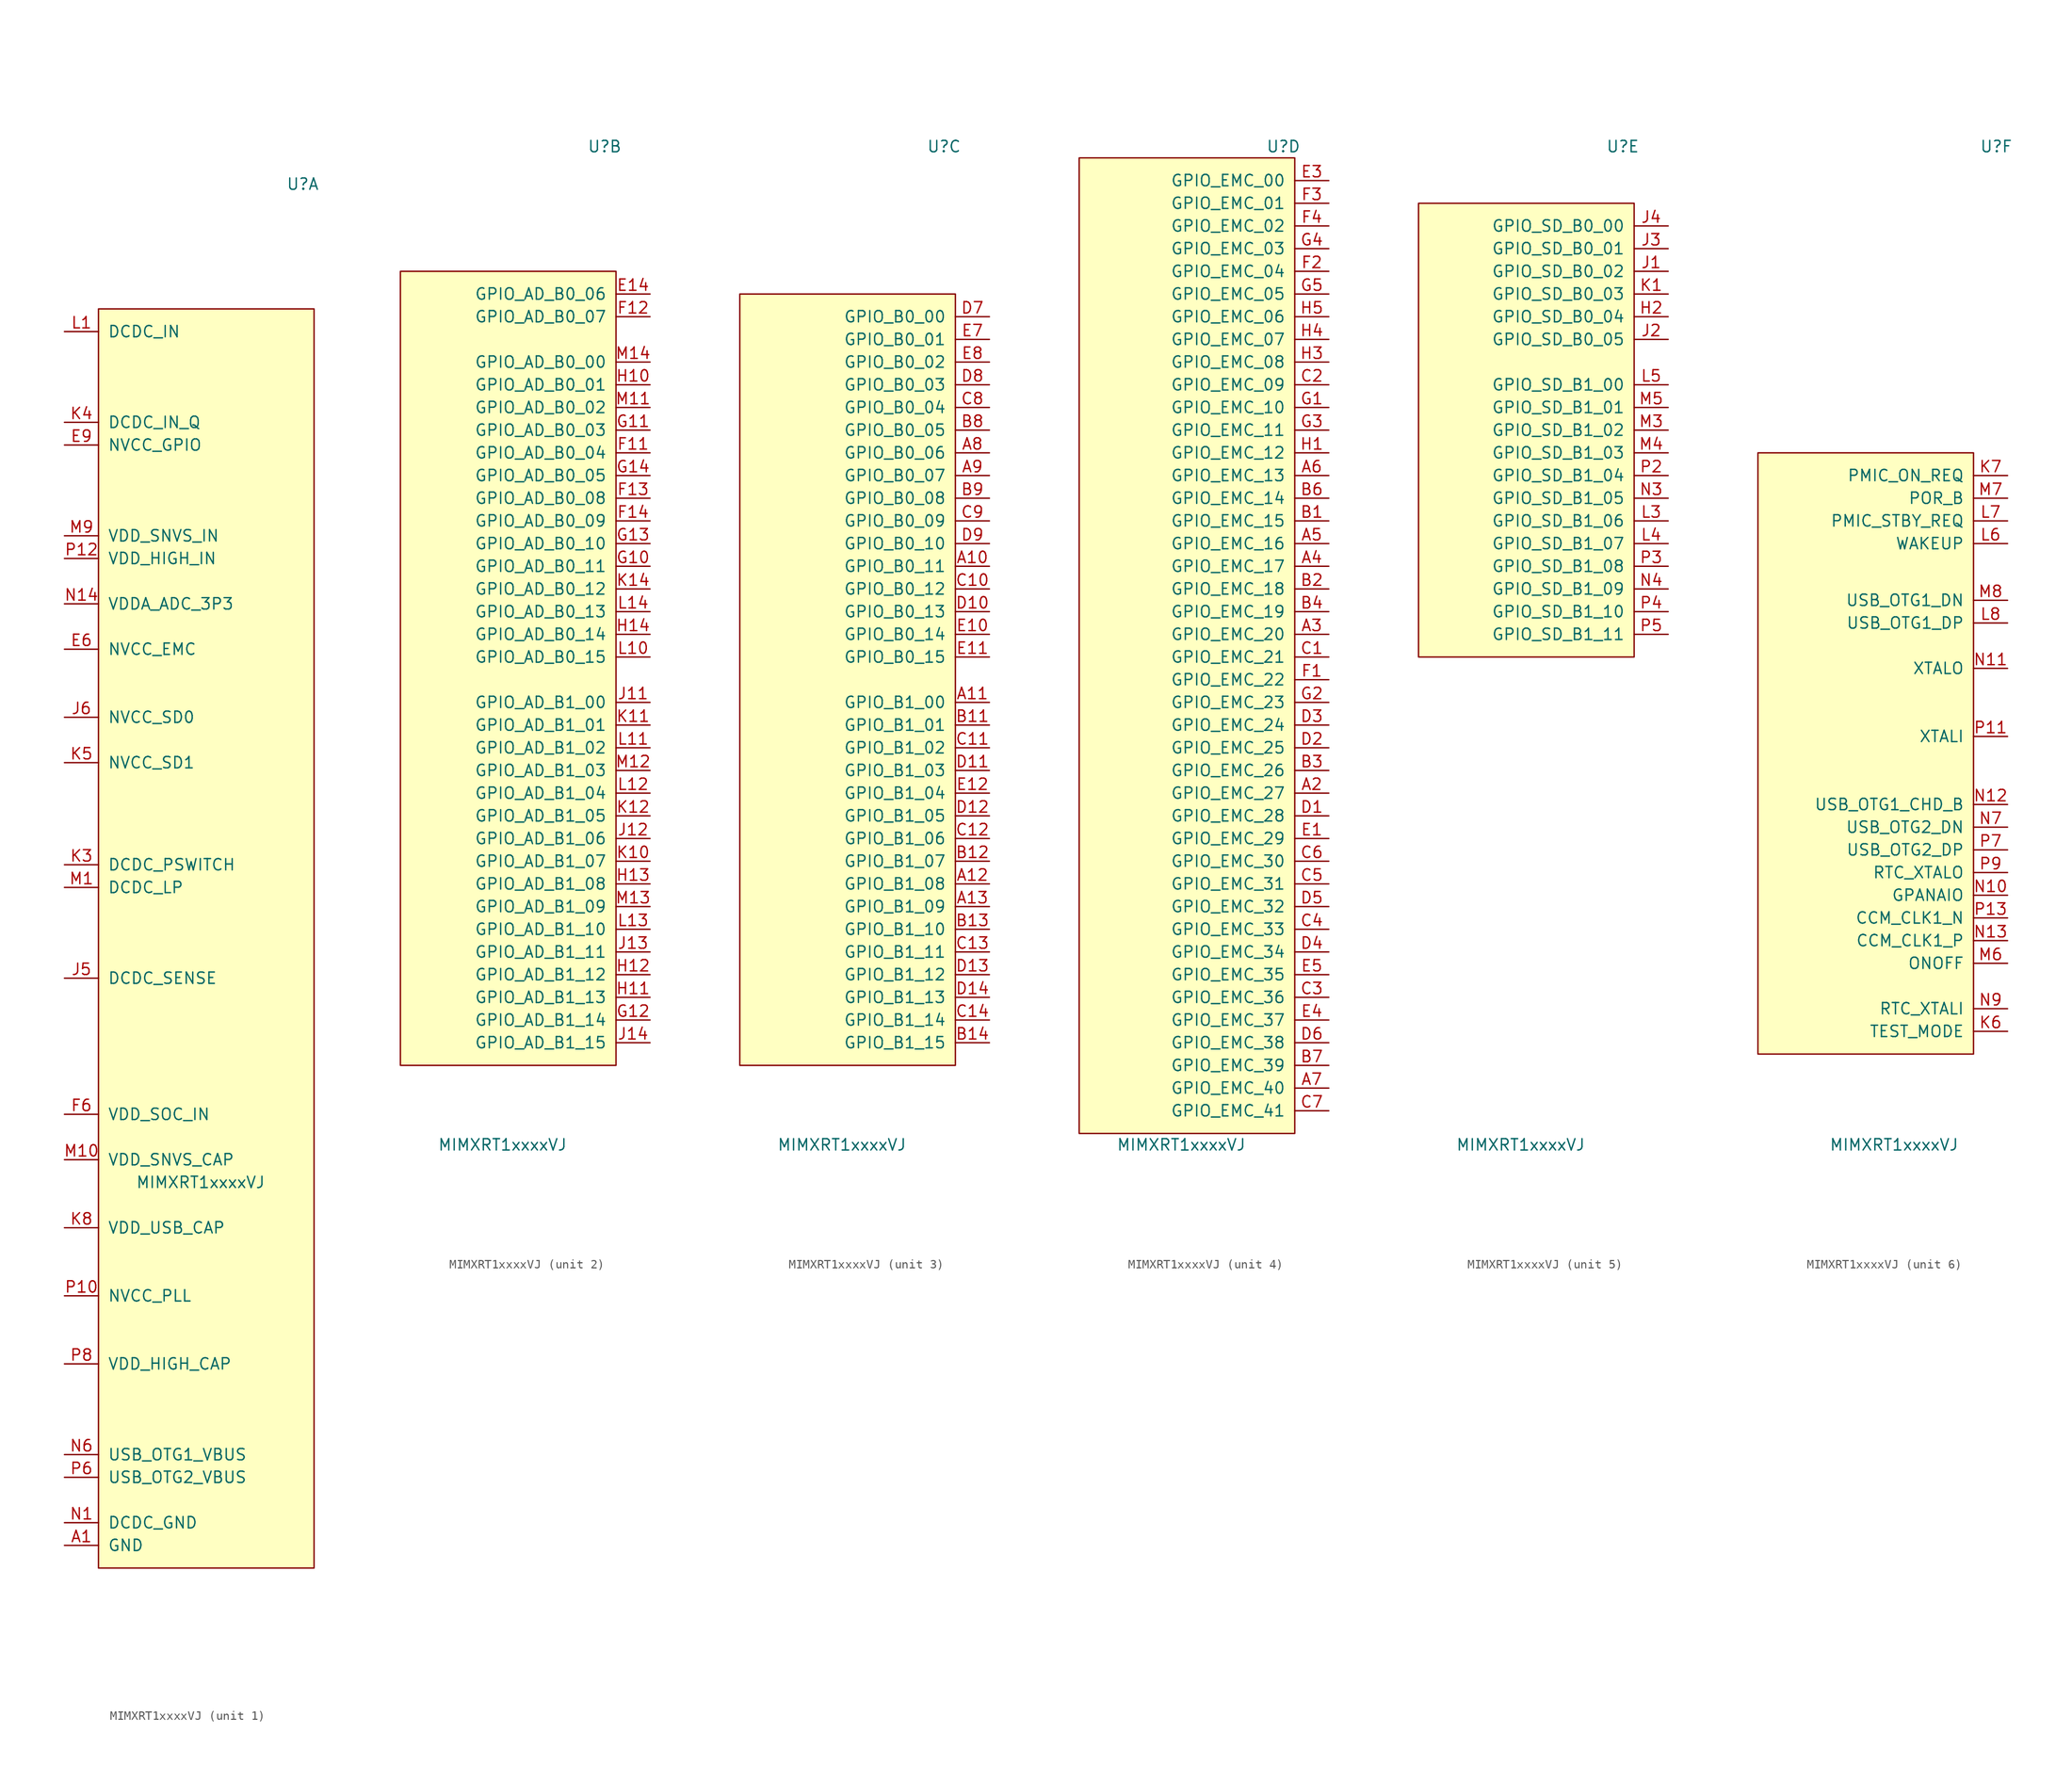
<source format=kicad_sym>
(kicad_symbol_lib
  (version 20231120)
  (generator "kicad_symbol_editor")
  (generator_version "8.99")
  (symbol "MIMXRT1xxxxVJ"
    (pin_names
      (offset 1.016))
    (property "Reference" "U"
      (at 11.43 59.69 0)
      (effects (font (size 1.27 1.27))))
    (property "Value" "MIMXRT1xxxxVJ"
      (at 0 -52.07 0)
      (effects (font (size 1.27 1.27))))
    (property "ki_locked" ""
      (at 0 0 0)
      (effects (font (size 1.27 1.27))))
    (symbol "MIMXRT1xxxxVJ_1_1"
      (rectangle (start -11.43 45.72) (end 12.7 -95.25) (stroke (width 0) (type solid)) (fill (type background)))
      (pin power_in line (at -15.24 -92.71 0) (length 3.81) (name "GND" (effects (font (size 1.27 1.27)))) (number "A1" (effects (font (size 1.27 1.27)))))
      (pin passive line (at -15.24 -92.71 0) (length 3.81) hide (name "GND" (effects (font (size 1.27 1.27)))) (number "A14" (effects (font (size 1.27 1.27)))))
      (pin passive line (at -15.24 -92.71 0) (length 3.81) hide (name "GND" (effects (font (size 1.27 1.27)))) (number "B10" (effects (font (size 1.27 1.27)))))
      (pin passive line (at -15.24 -92.71 0) (length 3.81) hide (name "GND" (effects (font (size 1.27 1.27)))) (number "B5" (effects (font (size 1.27 1.27)))))
      (pin passive line (at -15.24 -92.71 0) (length 3.81) hide (name "GND" (effects (font (size 1.27 1.27)))) (number "E13" (effects (font (size 1.27 1.27)))))
      (pin passive line (at -15.24 -92.71 0) (length 3.81) hide (name "GND" (effects (font (size 1.27 1.27)))) (number "E2" (effects (font (size 1.27 1.27)))))
      (pin power_in line (at -15.24 7.62 0) (length 3.81) (name "NVCC_EMC" (effects (font (size 1.27 1.27)))) (number "E6" (effects (font (size 1.27 1.27)))))
      (pin power_in line (at -15.24 30.48 0) (length 3.81) (name "NVCC_GPIO" (effects (font (size 1.27 1.27)))) (number "E9" (effects (font (size 1.27 1.27)))))
      (pin passive line (at -15.24 30.48 0) (length 3.81) hide (name "NVCC_GPIO" (effects (font (size 1.27 1.27)))) (number "F10" (effects (font (size 1.27 1.27)))))
      (pin passive line (at -15.24 7.62 0) (length 3.81) hide (name "NVCC_EMC" (effects (font (size 1.27 1.27)))) (number "F5" (effects (font (size 1.27 1.27)))))
      (pin input line (at -15.24 -44.45 0) (length 3.81) (name "VDD_SOC_IN" (effects (font (size 1.27 1.27)))) (number "F6" (effects (font (size 1.27 1.27)))))
      (pin passive line (at -15.24 -44.45 0) (length 3.81) hide (name "VDD_SOC_IN" (effects (font (size 1.27 1.27)))) (number "F7" (effects (font (size 1.27 1.27)))))
      (pin passive line (at -15.24 -44.45 0) (length 3.81) hide (name "VDD_SOC_IN" (effects (font (size 1.27 1.27)))) (number "F8" (effects (font (size 1.27 1.27)))))
      (pin passive line (at -15.24 -44.45 0) (length 3.81) hide (name "VDD_SOC_IN" (effects (font (size 1.27 1.27)))) (number "F9" (effects (font (size 1.27 1.27)))))
      (pin passive line (at -15.24 -44.45 0) (length 3.81) hide (name "VDD_SOC_IN" (effects (font (size 1.27 1.27)))) (number "G6" (effects (font (size 1.27 1.27)))))
      (pin passive line (at -15.24 -92.71 0) (length 3.81) hide (name "GND" (effects (font (size 1.27 1.27)))) (number "G7" (effects (font (size 1.27 1.27)))))
      (pin passive line (at -15.24 -92.71 0) (length 3.81) hide (name "GND" (effects (font (size 1.27 1.27)))) (number "G8" (effects (font (size 1.27 1.27)))))
      (pin passive line (at -15.24 -44.45 0) (length 3.81) hide (name "VDD_SOC_IN" (effects (font (size 1.27 1.27)))) (number "G9" (effects (font (size 1.27 1.27)))))
      (pin passive line (at -15.24 -44.45 0) (length 3.81) hide (name "VDD_SOC_IN" (effects (font (size 1.27 1.27)))) (number "H6" (effects (font (size 1.27 1.27)))))
      (pin passive line (at -15.24 -92.71 0) (length 3.81) hide (name "GND" (effects (font (size 1.27 1.27)))) (number "H7" (effects (font (size 1.27 1.27)))))
      (pin passive line (at -15.24 -92.71 0) (length 3.81) hide (name "GND" (effects (font (size 1.27 1.27)))) (number "H8" (effects (font (size 1.27 1.27)))))
      (pin passive line (at -15.24 -44.45 0) (length 3.81) hide (name "VDD_SOC_IN" (effects (font (size 1.27 1.27)))) (number "H9" (effects (font (size 1.27 1.27)))))
      (pin passive line (at -15.24 30.48 0) (length 3.81) hide (name "NVCC_GPIO" (effects (font (size 1.27 1.27)))) (number "J10" (effects (font (size 1.27 1.27)))))
      (pin input line (at -15.24 -29.21 0) (length 3.81) (name "DCDC_SENSE" (effects (font (size 1.27 1.27)))) (number "J5" (effects (font (size 1.27 1.27)))))
      (pin power_in line (at -15.24 0 0) (length 3.81) (name "NVCC_SD0" (effects (font (size 1.27 1.27)))) (number "J6" (effects (font (size 1.27 1.27)))))
      (pin passive line (at -15.24 -92.71 0) (length 3.81) hide (name "GND" (effects (font (size 1.27 1.27)))) (number "J7" (effects (font (size 1.27 1.27)))))
      (pin passive line (at -15.24 -92.71 0) (length 3.81) hide (name "GND" (effects (font (size 1.27 1.27)))) (number "J8" (effects (font (size 1.27 1.27)))))
      (pin passive line (at -15.24 -44.45 0) (length 3.81) hide (name "VDD_SOC_IN" (effects (font (size 1.27 1.27)))) (number "J9" (effects (font (size 1.27 1.27)))))
      (pin passive line (at -15.24 -92.71 0) (length 3.81) hide (name "GND" (effects (font (size 1.27 1.27)))) (number "K13" (effects (font (size 1.27 1.27)))))
      (pin passive line (at -15.24 -92.71 0) (length 3.81) hide (name "GND" (effects (font (size 1.27 1.27)))) (number "K2" (effects (font (size 1.27 1.27)))))
      (pin input line (at -15.24 -16.51 0) (length 3.81) (name "DCDC_PSWITCH" (effects (font (size 1.27 1.27)))) (number "K3" (effects (font (size 1.27 1.27)))))
      (pin power_in line (at -15.24 33.02 0) (length 3.81) (name "DCDC_IN_Q" (effects (font (size 1.27 1.27)))) (number "K4" (effects (font (size 1.27 1.27)))))
      (pin power_in line (at -15.24 -5.08 0) (length 3.81) (name "NVCC_SD1" (effects (font (size 1.27 1.27)))) (number "K5" (effects (font (size 1.27 1.27)))))
      (pin power_out line (at -15.24 -57.15 0) (length 3.81) (name "VDD_USB_CAP" (effects (font (size 1.27 1.27)))) (number "K8" (effects (font (size 1.27 1.27)))))
      (pin passive line (at -15.24 -92.71 0) (length 3.81) hide (name "NGND_KEL0" (effects (font (size 1.27 1.27)))) (number "K9" (effects (font (size 1.27 1.27)))))
      (pin power_in line (at -15.24 43.18 0) (length 3.81) (name "DCDC_IN" (effects (font (size 1.27 1.27)))) (number "L1" (effects (font (size 1.27 1.27)))))
      (pin passive line (at -15.24 43.18 0) (length 3.81) hide (name "DCDC_IN" (effects (font (size 1.27 1.27)))) (number "L2" (effects (font (size 1.27 1.27)))))
      (pin passive line (at -15.24 -92.71 0) (length 3.81) hide (name "GND" (effects (font (size 1.27 1.27)))) (number "L9" (effects (font (size 1.27 1.27)))))
      (pin power_out line (at -15.24 -19.05 0) (length 3.81) (name "DCDC_LP" (effects (font (size 1.27 1.27)))) (number "M1" (effects (font (size 1.27 1.27)))))
      (pin power_out line (at -15.24 -49.53 0) (length 3.81) (name "VDD_SNVS_CAP" (effects (font (size 1.27 1.27)))) (number "M10" (effects (font (size 1.27 1.27)))))
      (pin passive line (at -15.24 -19.05 0) (length 3.81) hide (name "DCDC_LP" (effects (font (size 1.27 1.27)))) (number "M2" (effects (font (size 1.27 1.27)))))
      (pin power_in line (at -15.24 20.32 0) (length 3.81) (name "VDD_SNVS_IN" (effects (font (size 1.27 1.27)))) (number "M9" (effects (font (size 1.27 1.27)))))
      (pin power_in line (at -15.24 -90.17 0) (length 3.81) (name "DCDC_GND" (effects (font (size 1.27 1.27)))) (number "N1" (effects (font (size 1.27 1.27)))))
      (pin power_in line (at -15.24 12.7 0) (length 3.81) (name "VDDA_ADC_3P3" (effects (font (size 1.27 1.27)))) (number "N14" (effects (font (size 1.27 1.27)))))
      (pin passive line (at -15.24 -90.17 0) (length 3.81) hide (name "DCDC_GND" (effects (font (size 1.27 1.27)))) (number "N2" (effects (font (size 1.27 1.27)))))
      (pin passive line (at -15.24 -92.71 0) (length 3.81) hide (name "GND" (effects (font (size 1.27 1.27)))) (number "N5" (effects (font (size 1.27 1.27)))))
      (pin bidirectional line (at -15.24 -82.55 0) (length 3.81) (name "USB_OTG1_VBUS" (effects (font (size 1.27 1.27)))) (number "N6" (effects (font (size 1.27 1.27)))))
      (pin passive line (at -15.24 -92.71 0) (length 3.81) hide (name "GND" (effects (font (size 1.27 1.27)))) (number "N8" (effects (font (size 1.27 1.27)))))
      (pin passive line (at -15.24 -92.71 0) (length 3.81) hide (name "GND" (effects (font (size 1.27 1.27)))) (number "P1" (effects (font (size 1.27 1.27)))))
      (pin power_out line (at -15.24 -64.77 0) (length 3.81) (name "NVCC_PLL" (effects (font (size 1.27 1.27)))) (number "P10" (effects (font (size 1.27 1.27)))))
      (pin power_in line (at -15.24 17.78 0) (length 3.81) (name "VDD_HIGH_IN" (effects (font (size 1.27 1.27)))) (number "P12" (effects (font (size 1.27 1.27)))))
      (pin passive line (at -15.24 -92.71 0) (length 3.81) hide (name "GND" (effects (font (size 1.27 1.27)))) (number "P14" (effects (font (size 1.27 1.27)))))
      (pin bidirectional line (at -15.24 -85.09 0) (length 3.81) (name "USB_OTG2_VBUS" (effects (font (size 1.27 1.27)))) (number "P6" (effects (font (size 1.27 1.27)))))
      (pin power_out line (at -15.24 -72.39 0) (length 3.81) (name "VDD_HIGH_CAP" (effects (font (size 1.27 1.27)))) (number "P8" (effects (font (size 1.27 1.27))))))
    (symbol "MIMXRT1xxxxVJ_2_1"
      (rectangle (start -11.43 45.72) (end 12.7 -43.18) (stroke (width 0) (type solid)) (fill (type background)))
      (pin bidirectional line (at 16.51 43.18 180) (length 3.81) (name "GPIO_AD_B0_06" (effects (font (size 1.27 1.27)))) (number "E14" (effects (font (size 1.27 1.27)))))
      (pin bidirectional line (at 16.51 25.4 180) (length 3.81) (name "GPIO_AD_B0_04" (effects (font (size 1.27 1.27)))) (number "F11" (effects (font (size 1.27 1.27)))))
      (pin bidirectional line (at 16.51 40.64 180) (length 3.81) (name "GPIO_AD_B0_07" (effects (font (size 1.27 1.27)))) (number "F12" (effects (font (size 1.27 1.27)))))
      (pin bidirectional line (at 16.51 20.32 180) (length 3.81) (name "GPIO_AD_B0_08" (effects (font (size 1.27 1.27)))) (number "F13" (effects (font (size 1.27 1.27)))))
      (pin bidirectional line (at 16.51 17.78 180) (length 3.81) (name "GPIO_AD_B0_09" (effects (font (size 1.27 1.27)))) (number "F14" (effects (font (size 1.27 1.27)))))
      (pin bidirectional line (at 16.51 12.7 180) (length 3.81) (name "GPIO_AD_B0_11" (effects (font (size 1.27 1.27)))) (number "G10" (effects (font (size 1.27 1.27)))))
      (pin bidirectional line (at 16.51 27.94 180) (length 3.81) (name "GPIO_AD_B0_03" (effects (font (size 1.27 1.27)))) (number "G11" (effects (font (size 1.27 1.27)))))
      (pin bidirectional line (at 16.51 -38.1 180) (length 3.81) (name "GPIO_AD_B1_14" (effects (font (size 1.27 1.27)))) (number "G12" (effects (font (size 1.27 1.27)))))
      (pin bidirectional line (at 16.51 15.24 180) (length 3.81) (name "GPIO_AD_B0_10" (effects (font (size 1.27 1.27)))) (number "G13" (effects (font (size 1.27 1.27)))))
      (pin bidirectional line (at 16.51 22.86 180) (length 3.81) (name "GPIO_AD_B0_05" (effects (font (size 1.27 1.27)))) (number "G14" (effects (font (size 1.27 1.27)))))
      (pin bidirectional line (at 16.51 33.02 180) (length 3.81) (name "GPIO_AD_B0_01" (effects (font (size 1.27 1.27)))) (number "H10" (effects (font (size 1.27 1.27)))))
      (pin bidirectional line (at 16.51 -35.56 180) (length 3.81) (name "GPIO_AD_B1_13" (effects (font (size 1.27 1.27)))) (number "H11" (effects (font (size 1.27 1.27)))))
      (pin bidirectional line (at 16.51 -33.02 180) (length 3.81) (name "GPIO_AD_B1_12" (effects (font (size 1.27 1.27)))) (number "H12" (effects (font (size 1.27 1.27)))))
      (pin bidirectional line (at 16.51 -22.86 180) (length 3.81) (name "GPIO_AD_B1_08" (effects (font (size 1.27 1.27)))) (number "H13" (effects (font (size 1.27 1.27)))))
      (pin bidirectional line (at 16.51 5.08 180) (length 3.81) (name "GPIO_AD_B0_14" (effects (font (size 1.27 1.27)))) (number "H14" (effects (font (size 1.27 1.27)))))
      (pin bidirectional line (at 16.51 -2.54 180) (length 3.81) (name "GPIO_AD_B1_00" (effects (font (size 1.27 1.27)))) (number "J11" (effects (font (size 1.27 1.27)))))
      (pin bidirectional line (at 16.51 -17.78 180) (length 3.81) (name "GPIO_AD_B1_06" (effects (font (size 1.27 1.27)))) (number "J12" (effects (font (size 1.27 1.27)))))
      (pin bidirectional line (at 16.51 -30.48 180) (length 3.81) (name "GPIO_AD_B1_11" (effects (font (size 1.27 1.27)))) (number "J13" (effects (font (size 1.27 1.27)))))
      (pin bidirectional line (at 16.51 -40.64 180) (length 3.81) (name "GPIO_AD_B1_15" (effects (font (size 1.27 1.27)))) (number "J14" (effects (font (size 1.27 1.27)))))
      (pin bidirectional line (at 16.51 -20.32 180) (length 3.81) (name "GPIO_AD_B1_07" (effects (font (size 1.27 1.27)))) (number "K10" (effects (font (size 1.27 1.27)))))
      (pin bidirectional line (at 16.51 -5.08 180) (length 3.81) (name "GPIO_AD_B1_01" (effects (font (size 1.27 1.27)))) (number "K11" (effects (font (size 1.27 1.27)))))
      (pin bidirectional line (at 16.51 -15.24 180) (length 3.81) (name "GPIO_AD_B1_05" (effects (font (size 1.27 1.27)))) (number "K12" (effects (font (size 1.27 1.27)))))
      (pin bidirectional line (at 16.51 10.16 180) (length 3.81) (name "GPIO_AD_B0_12" (effects (font (size 1.27 1.27)))) (number "K14" (effects (font (size 1.27 1.27)))))
      (pin bidirectional line (at 16.51 2.54 180) (length 3.81) (name "GPIO_AD_B0_15" (effects (font (size 1.27 1.27)))) (number "L10" (effects (font (size 1.27 1.27)))))
      (pin bidirectional line (at 16.51 -7.62 180) (length 3.81) (name "GPIO_AD_B1_02" (effects (font (size 1.27 1.27)))) (number "L11" (effects (font (size 1.27 1.27)))))
      (pin bidirectional line (at 16.51 -12.7 180) (length 3.81) (name "GPIO_AD_B1_04" (effects (font (size 1.27 1.27)))) (number "L12" (effects (font (size 1.27 1.27)))))
      (pin bidirectional line (at 16.51 -27.94 180) (length 3.81) (name "GPIO_AD_B1_10" (effects (font (size 1.27 1.27)))) (number "L13" (effects (font (size 1.27 1.27)))))
      (pin bidirectional line (at 16.51 7.62 180) (length 3.81) (name "GPIO_AD_B0_13" (effects (font (size 1.27 1.27)))) (number "L14" (effects (font (size 1.27 1.27)))))
      (pin bidirectional line (at 16.51 30.48 180) (length 3.81) (name "GPIO_AD_B0_02" (effects (font (size 1.27 1.27)))) (number "M11" (effects (font (size 1.27 1.27)))))
      (pin bidirectional line (at 16.51 -10.16 180) (length 3.81) (name "GPIO_AD_B1_03" (effects (font (size 1.27 1.27)))) (number "M12" (effects (font (size 1.27 1.27)))))
      (pin bidirectional line (at 16.51 -25.4 180) (length 3.81) (name "GPIO_AD_B1_09" (effects (font (size 1.27 1.27)))) (number "M13" (effects (font (size 1.27 1.27)))))
      (pin bidirectional line (at 16.51 35.56 180) (length 3.81) (name "GPIO_AD_B0_00" (effects (font (size 1.27 1.27)))) (number "M14" (effects (font (size 1.27 1.27))))))
    (symbol "MIMXRT1xxxxVJ_3_1"
      (rectangle (start -11.43 43.18) (end 12.7 -43.18) (stroke (width 0) (type solid)) (fill (type background)))
      (pin bidirectional line (at 16.51 12.7 180) (length 3.81) (name "GPIO_B0_11" (effects (font (size 1.27 1.27)))) (number "A10" (effects (font (size 1.27 1.27)))))
      (pin bidirectional line (at 16.51 -2.54 180) (length 3.81) (name "GPIO_B1_00" (effects (font (size 1.27 1.27)))) (number "A11" (effects (font (size 1.27 1.27)))))
      (pin bidirectional line (at 16.51 -22.86 180) (length 3.81) (name "GPIO_B1_08" (effects (font (size 1.27 1.27)))) (number "A12" (effects (font (size 1.27 1.27)))))
      (pin bidirectional line (at 16.51 -25.4 180) (length 3.81) (name "GPIO_B1_09" (effects (font (size 1.27 1.27)))) (number "A13" (effects (font (size 1.27 1.27)))))
      (pin bidirectional line (at 16.51 25.4 180) (length 3.81) (name "GPIO_B0_06" (effects (font (size 1.27 1.27)))) (number "A8" (effects (font (size 1.27 1.27)))))
      (pin bidirectional line (at 16.51 22.86 180) (length 3.81) (name "GPIO_B0_07" (effects (font (size 1.27 1.27)))) (number "A9" (effects (font (size 1.27 1.27)))))
      (pin bidirectional line (at 16.51 -5.08 180) (length 3.81) (name "GPIO_B1_01" (effects (font (size 1.27 1.27)))) (number "B11" (effects (font (size 1.27 1.27)))))
      (pin bidirectional line (at 16.51 -20.32 180) (length 3.81) (name "GPIO_B1_07" (effects (font (size 1.27 1.27)))) (number "B12" (effects (font (size 1.27 1.27)))))
      (pin bidirectional line (at 16.51 -27.94 180) (length 3.81) (name "GPIO_B1_10" (effects (font (size 1.27 1.27)))) (number "B13" (effects (font (size 1.27 1.27)))))
      (pin bidirectional line (at 16.51 -40.64 180) (length 3.81) (name "GPIO_B1_15" (effects (font (size 1.27 1.27)))) (number "B14" (effects (font (size 1.27 1.27)))))
      (pin bidirectional line (at 16.51 27.94 180) (length 3.81) (name "GPIO_B0_05" (effects (font (size 1.27 1.27)))) (number "B8" (effects (font (size 1.27 1.27)))))
      (pin bidirectional line (at 16.51 20.32 180) (length 3.81) (name "GPIO_B0_08" (effects (font (size 1.27 1.27)))) (number "B9" (effects (font (size 1.27 1.27)))))
      (pin bidirectional line (at 16.51 10.16 180) (length 3.81) (name "GPIO_B0_12" (effects (font (size 1.27 1.27)))) (number "C10" (effects (font (size 1.27 1.27)))))
      (pin bidirectional line (at 16.51 -7.62 180) (length 3.81) (name "GPIO_B1_02" (effects (font (size 1.27 1.27)))) (number "C11" (effects (font (size 1.27 1.27)))))
      (pin bidirectional line (at 16.51 -17.78 180) (length 3.81) (name "GPIO_B1_06" (effects (font (size 1.27 1.27)))) (number "C12" (effects (font (size 1.27 1.27)))))
      (pin bidirectional line (at 16.51 -30.48 180) (length 3.81) (name "GPIO_B1_11" (effects (font (size 1.27 1.27)))) (number "C13" (effects (font (size 1.27 1.27)))))
      (pin bidirectional line (at 16.51 -38.1 180) (length 3.81) (name "GPIO_B1_14" (effects (font (size 1.27 1.27)))) (number "C14" (effects (font (size 1.27 1.27)))))
      (pin bidirectional line (at 16.51 30.48 180) (length 3.81) (name "GPIO_B0_04" (effects (font (size 1.27 1.27)))) (number "C8" (effects (font (size 1.27 1.27)))))
      (pin bidirectional line (at 16.51 17.78 180) (length 3.81) (name "GPIO_B0_09" (effects (font (size 1.27 1.27)))) (number "C9" (effects (font (size 1.27 1.27)))))
      (pin bidirectional line (at 16.51 7.62 180) (length 3.81) (name "GPIO_B0_13" (effects (font (size 1.27 1.27)))) (number "D10" (effects (font (size 1.27 1.27)))))
      (pin bidirectional line (at 16.51 -10.16 180) (length 3.81) (name "GPIO_B1_03" (effects (font (size 1.27 1.27)))) (number "D11" (effects (font (size 1.27 1.27)))))
      (pin bidirectional line (at 16.51 -15.24 180) (length 3.81) (name "GPIO_B1_05" (effects (font (size 1.27 1.27)))) (number "D12" (effects (font (size 1.27 1.27)))))
      (pin bidirectional line (at 16.51 -33.02 180) (length 3.81) (name "GPIO_B1_12" (effects (font (size 1.27 1.27)))) (number "D13" (effects (font (size 1.27 1.27)))))
      (pin bidirectional line (at 16.51 -35.56 180) (length 3.81) (name "GPIO_B1_13" (effects (font (size 1.27 1.27)))) (number "D14" (effects (font (size 1.27 1.27)))))
      (pin bidirectional line (at 16.51 40.64 180) (length 3.81) (name "GPIO_B0_00" (effects (font (size 1.27 1.27)))) (number "D7" (effects (font (size 1.27 1.27)))))
      (pin bidirectional line (at 16.51 33.02 180) (length 3.81) (name "GPIO_B0_03" (effects (font (size 1.27 1.27)))) (number "D8" (effects (font (size 1.27 1.27)))))
      (pin bidirectional line (at 16.51 15.24 180) (length 3.81) (name "GPIO_B0_10" (effects (font (size 1.27 1.27)))) (number "D9" (effects (font (size 1.27 1.27)))))
      (pin bidirectional line (at 16.51 5.08 180) (length 3.81) (name "GPIO_B0_14" (effects (font (size 1.27 1.27)))) (number "E10" (effects (font (size 1.27 1.27)))))
      (pin bidirectional line (at 16.51 2.54 180) (length 3.81) (name "GPIO_B0_15" (effects (font (size 1.27 1.27)))) (number "E11" (effects (font (size 1.27 1.27)))))
      (pin bidirectional line (at 16.51 -12.7 180) (length 3.81) (name "GPIO_B1_04" (effects (font (size 1.27 1.27)))) (number "E12" (effects (font (size 1.27 1.27)))))
      (pin bidirectional line (at 16.51 38.1 180) (length 3.81) (name "GPIO_B0_01" (effects (font (size 1.27 1.27)))) (number "E7" (effects (font (size 1.27 1.27)))))
      (pin bidirectional line (at 16.51 35.56 180) (length 3.81) (name "GPIO_B0_02" (effects (font (size 1.27 1.27)))) (number "E8" (effects (font (size 1.27 1.27))))))
    (symbol "MIMXRT1xxxxVJ_4_1"
      (rectangle (start -11.43 58.42) (end 12.7 -50.8) (stroke (width 0) (type solid)) (fill (type background)))
      (pin bidirectional line (at 16.51 -12.7 180) (length 3.81) (name "GPIO_EMC_27" (effects (font (size 1.27 1.27)))) (number "A2" (effects (font (size 1.27 1.27)))))
      (pin bidirectional line (at 16.51 5.08 180) (length 3.81) (name "GPIO_EMC_20" (effects (font (size 1.27 1.27)))) (number "A3" (effects (font (size 1.27 1.27)))))
      (pin bidirectional line (at 16.51 12.7 180) (length 3.81) (name "GPIO_EMC_17" (effects (font (size 1.27 1.27)))) (number "A4" (effects (font (size 1.27 1.27)))))
      (pin bidirectional line (at 16.51 15.24 180) (length 3.81) (name "GPIO_EMC_16" (effects (font (size 1.27 1.27)))) (number "A5" (effects (font (size 1.27 1.27)))))
      (pin bidirectional line (at 16.51 22.86 180) (length 3.81) (name "GPIO_EMC_13" (effects (font (size 1.27 1.27)))) (number "A6" (effects (font (size 1.27 1.27)))))
      (pin bidirectional line (at 16.51 -45.72 180) (length 3.81) (name "GPIO_EMC_40" (effects (font (size 1.27 1.27)))) (number "A7" (effects (font (size 1.27 1.27)))))
      (pin bidirectional line (at 16.51 17.78 180) (length 3.81) (name "GPIO_EMC_15" (effects (font (size 1.27 1.27)))) (number "B1" (effects (font (size 1.27 1.27)))))
      (pin bidirectional line (at 16.51 10.16 180) (length 3.81) (name "GPIO_EMC_18" (effects (font (size 1.27 1.27)))) (number "B2" (effects (font (size 1.27 1.27)))))
      (pin bidirectional line (at 16.51 -10.16 180) (length 3.81) (name "GPIO_EMC_26" (effects (font (size 1.27 1.27)))) (number "B3" (effects (font (size 1.27 1.27)))))
      (pin bidirectional line (at 16.51 7.62 180) (length 3.81) (name "GPIO_EMC_19" (effects (font (size 1.27 1.27)))) (number "B4" (effects (font (size 1.27 1.27)))))
      (pin bidirectional line (at 16.51 20.32 180) (length 3.81) (name "GPIO_EMC_14" (effects (font (size 1.27 1.27)))) (number "B6" (effects (font (size 1.27 1.27)))))
      (pin bidirectional line (at 16.51 -43.18 180) (length 3.81) (name "GPIO_EMC_39" (effects (font (size 1.27 1.27)))) (number "B7" (effects (font (size 1.27 1.27)))))
      (pin bidirectional line (at 16.51 2.54 180) (length 3.81) (name "GPIO_EMC_21" (effects (font (size 1.27 1.27)))) (number "C1" (effects (font (size 1.27 1.27)))))
      (pin bidirectional line (at 16.51 33.02 180) (length 3.81) (name "GPIO_EMC_09" (effects (font (size 1.27 1.27)))) (number "C2" (effects (font (size 1.27 1.27)))))
      (pin bidirectional line (at 16.51 -35.56 180) (length 3.81) (name "GPIO_EMC_36" (effects (font (size 1.27 1.27)))) (number "C3" (effects (font (size 1.27 1.27)))))
      (pin bidirectional line (at 16.51 -27.94 180) (length 3.81) (name "GPIO_EMC_33" (effects (font (size 1.27 1.27)))) (number "C4" (effects (font (size 1.27 1.27)))))
      (pin bidirectional line (at 16.51 -22.86 180) (length 3.81) (name "GPIO_EMC_31" (effects (font (size 1.27 1.27)))) (number "C5" (effects (font (size 1.27 1.27)))))
      (pin bidirectional line (at 16.51 -20.32 180) (length 3.81) (name "GPIO_EMC_30" (effects (font (size 1.27 1.27)))) (number "C6" (effects (font (size 1.27 1.27)))))
      (pin bidirectional line (at 16.51 -48.26 180) (length 3.81) (name "GPIO_EMC_41" (effects (font (size 1.27 1.27)))) (number "C7" (effects (font (size 1.27 1.27)))))
      (pin bidirectional line (at 16.51 -15.24 180) (length 3.81) (name "GPIO_EMC_28" (effects (font (size 1.27 1.27)))) (number "D1" (effects (font (size 1.27 1.27)))))
      (pin bidirectional line (at 16.51 -7.62 180) (length 3.81) (name "GPIO_EMC_25" (effects (font (size 1.27 1.27)))) (number "D2" (effects (font (size 1.27 1.27)))))
      (pin bidirectional line (at 16.51 -5.08 180) (length 3.81) (name "GPIO_EMC_24" (effects (font (size 1.27 1.27)))) (number "D3" (effects (font (size 1.27 1.27)))))
      (pin bidirectional line (at 16.51 -30.48 180) (length 3.81) (name "GPIO_EMC_34" (effects (font (size 1.27 1.27)))) (number "D4" (effects (font (size 1.27 1.27)))))
      (pin bidirectional line (at 16.51 -25.4 180) (length 3.81) (name "GPIO_EMC_32" (effects (font (size 1.27 1.27)))) (number "D5" (effects (font (size 1.27 1.27)))))
      (pin bidirectional line (at 16.51 -40.64 180) (length 3.81) (name "GPIO_EMC_38" (effects (font (size 1.27 1.27)))) (number "D6" (effects (font (size 1.27 1.27)))))
      (pin bidirectional line (at 16.51 -17.78 180) (length 3.81) (name "GPIO_EMC_29" (effects (font (size 1.27 1.27)))) (number "E1" (effects (font (size 1.27 1.27)))))
      (pin bidirectional line (at 16.51 55.88 180) (length 3.81) (name "GPIO_EMC_00" (effects (font (size 1.27 1.27)))) (number "E3" (effects (font (size 1.27 1.27)))))
      (pin bidirectional line (at 16.51 -38.1 180) (length 3.81) (name "GPIO_EMC_37" (effects (font (size 1.27 1.27)))) (number "E4" (effects (font (size 1.27 1.27)))))
      (pin bidirectional line (at 16.51 -33.02 180) (length 3.81) (name "GPIO_EMC_35" (effects (font (size 1.27 1.27)))) (number "E5" (effects (font (size 1.27 1.27)))))
      (pin bidirectional line (at 16.51 0 180) (length 3.81) (name "GPIO_EMC_22" (effects (font (size 1.27 1.27)))) (number "F1" (effects (font (size 1.27 1.27)))))
      (pin bidirectional line (at 16.51 45.72 180) (length 3.81) (name "GPIO_EMC_04" (effects (font (size 1.27 1.27)))) (number "F2" (effects (font (size 1.27 1.27)))))
      (pin bidirectional line (at 16.51 53.34 180) (length 3.81) (name "GPIO_EMC_01" (effects (font (size 1.27 1.27)))) (number "F3" (effects (font (size 1.27 1.27)))))
      (pin bidirectional line (at 16.51 50.8 180) (length 3.81) (name "GPIO_EMC_02" (effects (font (size 1.27 1.27)))) (number "F4" (effects (font (size 1.27 1.27)))))
      (pin bidirectional line (at 16.51 30.48 180) (length 3.81) (name "GPIO_EMC_10" (effects (font (size 1.27 1.27)))) (number "G1" (effects (font (size 1.27 1.27)))))
      (pin bidirectional line (at 16.51 -2.54 180) (length 3.81) (name "GPIO_EMC_23" (effects (font (size 1.27 1.27)))) (number "G2" (effects (font (size 1.27 1.27)))))
      (pin bidirectional line (at 16.51 27.94 180) (length 3.81) (name "GPIO_EMC_11" (effects (font (size 1.27 1.27)))) (number "G3" (effects (font (size 1.27 1.27)))))
      (pin bidirectional line (at 16.51 48.26 180) (length 3.81) (name "GPIO_EMC_03" (effects (font (size 1.27 1.27)))) (number "G4" (effects (font (size 1.27 1.27)))))
      (pin bidirectional line (at 16.51 43.18 180) (length 3.81) (name "GPIO_EMC_05" (effects (font (size 1.27 1.27)))) (number "G5" (effects (font (size 1.27 1.27)))))
      (pin bidirectional line (at 16.51 25.4 180) (length 3.81) (name "GPIO_EMC_12" (effects (font (size 1.27 1.27)))) (number "H1" (effects (font (size 1.27 1.27)))))
      (pin bidirectional line (at 16.51 35.56 180) (length 3.81) (name "GPIO_EMC_08" (effects (font (size 1.27 1.27)))) (number "H3" (effects (font (size 1.27 1.27)))))
      (pin bidirectional line (at 16.51 38.1 180) (length 3.81) (name "GPIO_EMC_07" (effects (font (size 1.27 1.27)))) (number "H4" (effects (font (size 1.27 1.27)))))
      (pin bidirectional line (at 16.51 40.64 180) (length 3.81) (name "GPIO_EMC_06" (effects (font (size 1.27 1.27)))) (number "H5" (effects (font (size 1.27 1.27))))))
    (symbol "MIMXRT1xxxxVJ_5_1"
      (rectangle (start -11.43 53.34) (end 12.7 2.54) (stroke (width 0) (type solid)) (fill (type background)))
      (pin bidirectional line (at 16.51 40.64 180) (length 3.81) (name "GPIO_SD_B0_04" (effects (font (size 1.27 1.27)))) (number "H2" (effects (font (size 1.27 1.27)))))
      (pin bidirectional line (at 16.51 45.72 180) (length 3.81) (name "GPIO_SD_B0_02" (effects (font (size 1.27 1.27)))) (number "J1" (effects (font (size 1.27 1.27)))))
      (pin bidirectional line (at 16.51 38.1 180) (length 3.81) (name "GPIO_SD_B0_05" (effects (font (size 1.27 1.27)))) (number "J2" (effects (font (size 1.27 1.27)))))
      (pin bidirectional line (at 16.51 48.26 180) (length 3.81) (name "GPIO_SD_B0_01" (effects (font (size 1.27 1.27)))) (number "J3" (effects (font (size 1.27 1.27)))))
      (pin bidirectional line (at 16.51 50.8 180) (length 3.81) (name "GPIO_SD_B0_00" (effects (font (size 1.27 1.27)))) (number "J4" (effects (font (size 1.27 1.27)))))
      (pin bidirectional line (at 16.51 43.18 180) (length 3.81) (name "GPIO_SD_B0_03" (effects (font (size 1.27 1.27)))) (number "K1" (effects (font (size 1.27 1.27)))))
      (pin bidirectional line (at 16.51 17.78 180) (length 3.81) (name "GPIO_SD_B1_06" (effects (font (size 1.27 1.27)))) (number "L3" (effects (font (size 1.27 1.27)))))
      (pin bidirectional line (at 16.51 15.24 180) (length 3.81) (name "GPIO_SD_B1_07" (effects (font (size 1.27 1.27)))) (number "L4" (effects (font (size 1.27 1.27)))))
      (pin bidirectional line (at 16.51 33.02 180) (length 3.81) (name "GPIO_SD_B1_00" (effects (font (size 1.27 1.27)))) (number "L5" (effects (font (size 1.27 1.27)))))
      (pin bidirectional line (at 16.51 27.94 180) (length 3.81) (name "GPIO_SD_B1_02" (effects (font (size 1.27 1.27)))) (number "M3" (effects (font (size 1.27 1.27)))))
      (pin bidirectional line (at 16.51 25.4 180) (length 3.81) (name "GPIO_SD_B1_03" (effects (font (size 1.27 1.27)))) (number "M4" (effects (font (size 1.27 1.27)))))
      (pin bidirectional line (at 16.51 30.48 180) (length 3.81) (name "GPIO_SD_B1_01" (effects (font (size 1.27 1.27)))) (number "M5" (effects (font (size 1.27 1.27)))))
      (pin bidirectional line (at 16.51 20.32 180) (length 3.81) (name "GPIO_SD_B1_05" (effects (font (size 1.27 1.27)))) (number "N3" (effects (font (size 1.27 1.27)))))
      (pin bidirectional line (at 16.51 10.16 180) (length 3.81) (name "GPIO_SD_B1_09" (effects (font (size 1.27 1.27)))) (number "N4" (effects (font (size 1.27 1.27)))))
      (pin bidirectional line (at 16.51 22.86 180) (length 3.81) (name "GPIO_SD_B1_04" (effects (font (size 1.27 1.27)))) (number "P2" (effects (font (size 1.27 1.27)))))
      (pin bidirectional line (at 16.51 12.7 180) (length 3.81) (name "GPIO_SD_B1_08" (effects (font (size 1.27 1.27)))) (number "P3" (effects (font (size 1.27 1.27)))))
      (pin bidirectional line (at 16.51 7.62 180) (length 3.81) (name "GPIO_SD_B1_10" (effects (font (size 1.27 1.27)))) (number "P4" (effects (font (size 1.27 1.27)))))
      (pin bidirectional line (at 16.51 5.08 180) (length 3.81) (name "GPIO_SD_B1_11" (effects (font (size 1.27 1.27)))) (number "P5" (effects (font (size 1.27 1.27))))))
    (symbol "MIMXRT1xxxxVJ_6_1"
      (rectangle (start -15.24 25.4) (end 8.89 -41.91) (stroke (width 0) (type solid)) (fill (type background)))
      (pin bidirectional line (at 12.7 -39.37 180) (length 3.81) (name "TEST_MODE" (effects (font (size 1.27 1.27)))) (number "K6" (effects (font (size 1.27 1.27)))))
      (pin bidirectional line (at 12.7 22.86 180) (length 3.81) (name "PMIC_ON_REQ" (effects (font (size 1.27 1.27)))) (number "K7" (effects (font (size 1.27 1.27)))))
      (pin bidirectional line (at 12.7 15.24 180) (length 3.81) (name "WAKEUP" (effects (font (size 1.27 1.27)))) (number "L6" (effects (font (size 1.27 1.27)))))
      (pin bidirectional line (at 12.7 17.78 180) (length 3.81) (name "PMIC_STBY_REQ" (effects (font (size 1.27 1.27)))) (number "L7" (effects (font (size 1.27 1.27)))))
      (pin bidirectional line (at 12.7 6.35 180) (length 3.81) (name "USB_OTG1_DP" (effects (font (size 1.27 1.27)))) (number "L8" (effects (font (size 1.27 1.27)))))
      (pin input line (at 12.7 -31.75 180) (length 3.81) (name "ONOFF" (effects (font (size 1.27 1.27)))) (number "M6" (effects (font (size 1.27 1.27)))))
      (pin bidirectional line (at 12.7 20.32 180) (length 3.81) (name "POR_B" (effects (font (size 1.27 1.27)))) (number "M7" (effects (font (size 1.27 1.27)))))
      (pin bidirectional line (at 12.7 8.89 180) (length 3.81) (name "USB_OTG1_DN" (effects (font (size 1.27 1.27)))) (number "M8" (effects (font (size 1.27 1.27)))))
      (pin input line (at 12.7 -24.13 180) (length 3.81) (name "GPANAIO" (effects (font (size 1.27 1.27)))) (number "N10" (effects (font (size 1.27 1.27)))))
      (pin bidirectional line (at 12.7 1.27 180) (length 3.81) (name "XTALO" (effects (font (size 1.27 1.27)))) (number "N11" (effects (font (size 1.27 1.27)))))
      (pin bidirectional line (at 12.7 -13.97 180) (length 3.81) (name "USB_OTG1_CHD_B" (effects (font (size 1.27 1.27)))) (number "N12" (effects (font (size 1.27 1.27)))))
      (pin bidirectional line (at 12.7 -29.21 180) (length 3.81) (name "CCM_CLK1_P" (effects (font (size 1.27 1.27)))) (number "N13" (effects (font (size 1.27 1.27)))))
      (pin bidirectional line (at 12.7 -16.51 180) (length 3.81) (name "USB_OTG2_DN" (effects (font (size 1.27 1.27)))) (number "N7" (effects (font (size 1.27 1.27)))))
      (pin bidirectional line (at 12.7 -36.83 180) (length 3.81) (name "RTC_XTALI" (effects (font (size 1.27 1.27)))) (number "N9" (effects (font (size 1.27 1.27)))))
      (pin bidirectional line (at 12.7 -6.35 180) (length 3.81) (name "XTALI" (effects (font (size 1.27 1.27)))) (number "P11" (effects (font (size 1.27 1.27)))))
      (pin bidirectional line (at 12.7 -26.67 180) (length 3.81) (name "CCM_CLK1_N" (effects (font (size 1.27 1.27)))) (number "P13" (effects (font (size 1.27 1.27)))))
      (pin bidirectional line (at 12.7 -19.05 180) (length 3.81) (name "USB_OTG2_DP" (effects (font (size 1.27 1.27)))) (number "P7" (effects (font (size 1.27 1.27)))))
      (pin bidirectional line (at 12.7 -21.59 180) (length 3.81) (name "RTC_XTALO" (effects (font (size 1.27 1.27)))) (number "P9" (effects (font (size 1.27 1.27))))))))
</source>
